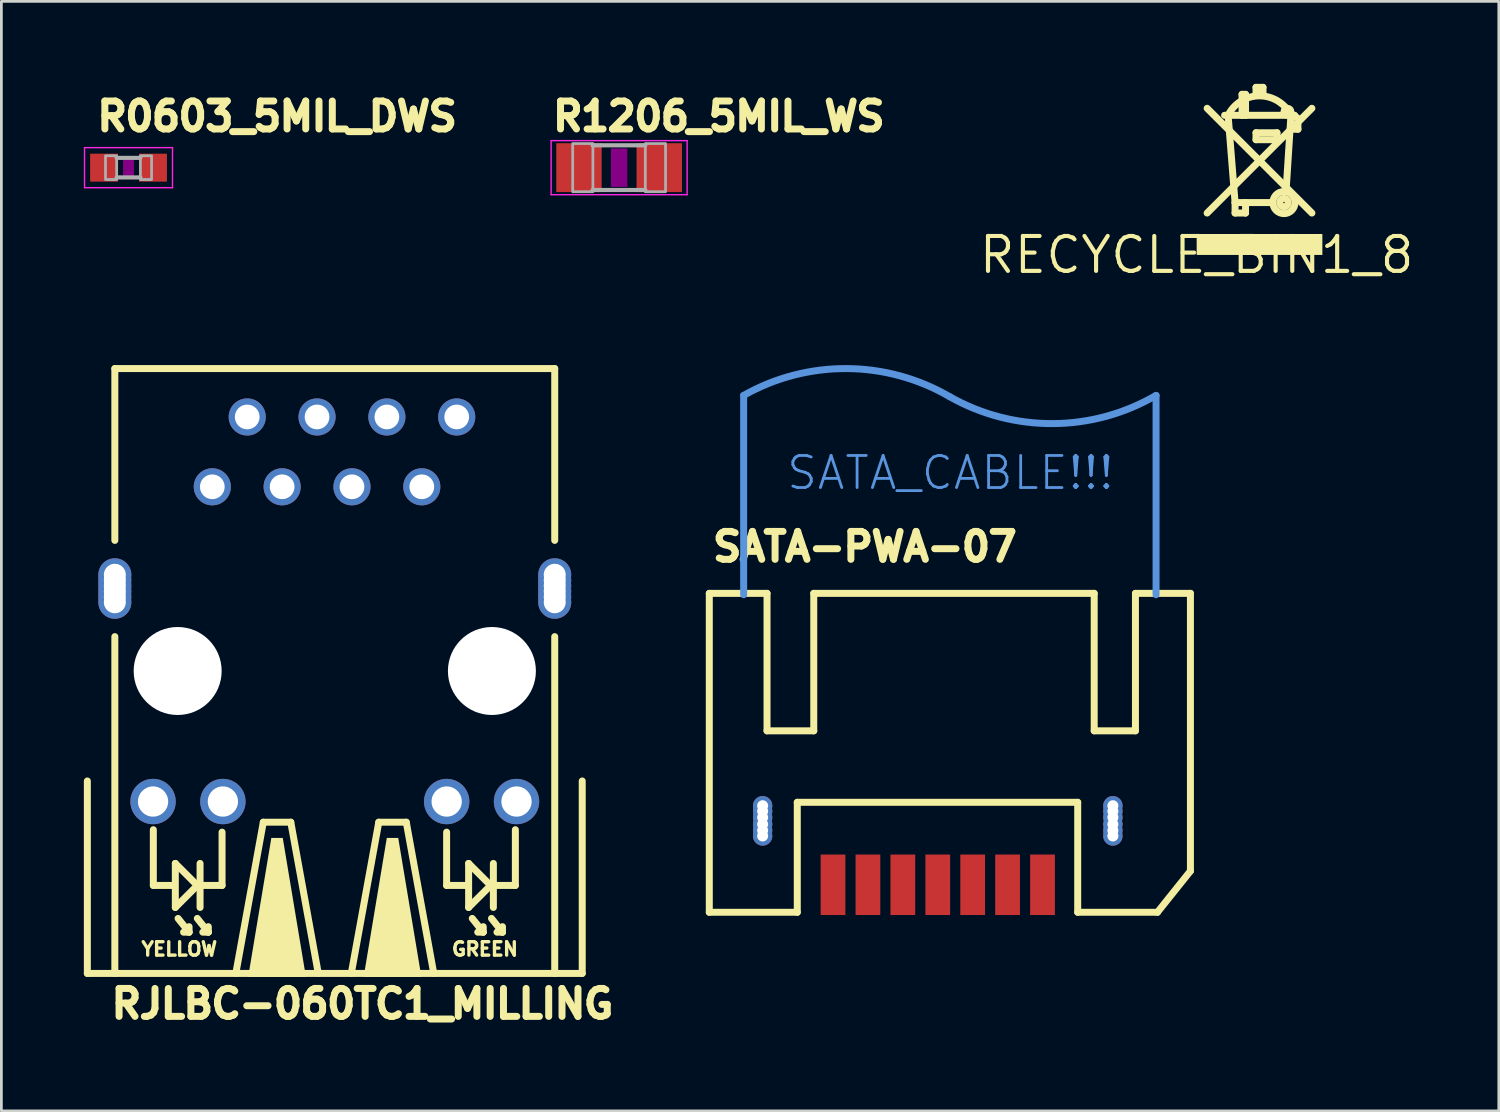
<source format=kicad_pcb>
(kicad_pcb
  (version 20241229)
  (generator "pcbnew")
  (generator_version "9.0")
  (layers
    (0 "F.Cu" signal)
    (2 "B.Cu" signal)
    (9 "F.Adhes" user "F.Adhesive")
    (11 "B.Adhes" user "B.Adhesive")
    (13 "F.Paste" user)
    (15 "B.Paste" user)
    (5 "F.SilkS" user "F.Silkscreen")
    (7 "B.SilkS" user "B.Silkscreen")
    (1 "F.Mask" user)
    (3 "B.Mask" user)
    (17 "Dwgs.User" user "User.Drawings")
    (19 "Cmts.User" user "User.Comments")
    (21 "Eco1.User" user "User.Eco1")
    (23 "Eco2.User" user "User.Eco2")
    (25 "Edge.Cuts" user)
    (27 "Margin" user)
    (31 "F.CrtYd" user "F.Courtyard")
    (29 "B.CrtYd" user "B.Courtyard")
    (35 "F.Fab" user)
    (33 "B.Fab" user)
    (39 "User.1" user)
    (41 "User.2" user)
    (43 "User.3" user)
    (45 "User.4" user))
  (footprint "R0603_5MIL_DWS"
    (layer "F.Cu")
    (at 1.625 3.048)
    (property "Reference" "R0603_5MIL_DWS" (at -1.27 -1.27 0) (layer "F.SilkS") (effects (font (size 1.016 1.016) (thickness 0.254)) (justify left bottom)))
    (fp_poly (pts (xy -0.2 0.4) (xy 0.2 0.4) (xy 0.2 -0.4) (xy -0.2 -0.4)) (stroke (width 0) (type solid)) (fill yes) (layer "F.Adhes"))
    (fp_line (start -1.6 -0.729) (end 1.6 -0.729) (stroke (width 0.051) (type solid)) (layer "F.CrtYd"))
    (fp_line (start -1.6 0.729) (end -1.6 -0.729) (stroke (width 0.051) (type solid)) (layer "F.CrtYd"))
    (fp_line (start 1.6 -0.729) (end 1.6 0.729) (stroke (width 0.051) (type solid)) (layer "F.CrtYd"))
    (fp_line (start 1.6 0.729) (end -1.6 0.729) (stroke (width 0.051) (type solid)) (layer "F.CrtYd"))
    (fp_line (start -0.432 0.356) (end 0.432 0.356) (stroke (width 0.152) (type solid)) (layer "F.Fab"))
    (fp_line (start 0.432 -0.356) (end -0.432 -0.356) (stroke (width 0.152) (type solid)) (layer "F.Fab"))
    (fp_poly (pts (xy -0.838 0.432) (xy -0.432 0.432) (xy -0.432 -0.432) (xy -0.838 -0.432)) (stroke (width 0.1) (type solid)) (fill no) (layer "F.Fab"))
    (fp_poly (pts (xy 0.432 0.432) (xy 0.838 0.432) (xy 0.838 -0.432) (xy 0.432 -0.432)) (stroke (width 0.1) (type solid)) (fill no) (layer "F.Fab"))
    (pad "1" smd rect (at -0.889 0) (size 1.016 1.016) (layers "F.Cu" "F.Mask" "F.Paste"))
    (pad "2" smd rect (at 0.889 0) (size 1.016 1.016) (layers "F.Cu" "F.Mask" "F.Paste")))
  (footprint "SATA-PWA-07"
    (layer "F.Cu")
    (at 31.499 24.332)
    (property "Reference" "SATA-PWA-07" (at -8.75 -6.9 0) (layer "F.SilkS") (effects (font (size 1.016 1.016) (thickness 0.254)) (justify left bottom)))
    (fp_line (start -8.75 -5.8) (end -8.75 5.8) (stroke (width 0.254) (type solid)) (layer "F.SilkS"))
    (fp_line (start -8.75 5.8) (end -5.55 5.8) (stroke (width 0.254) (type solid)) (layer "F.SilkS"))
    (fp_line (start -6.65 -5.8) (end -8.75 -5.8) (stroke (width 0.254) (type solid)) (layer "F.SilkS"))
    (fp_line (start -6.65 -0.8) (end -6.65 -5.8) (stroke (width 0.254) (type solid)) (layer "F.SilkS"))
    (fp_line (start -5.55 1.8) (end 4.65 1.8) (stroke (width 0.254) (type solid)) (layer "F.SilkS"))
    (fp_line (start -5.55 5.8) (end -5.55 1.8) (stroke (width 0.254) (type solid)) (layer "F.SilkS"))
    (fp_line (start -4.95 -5.8) (end -4.95 -0.8) (stroke (width 0.254) (type solid)) (layer "F.SilkS"))
    (fp_line (start -4.95 -0.8) (end -6.65 -0.8) (stroke (width 0.254) (type solid)) (layer "F.SilkS"))
    (fp_line (start 4.65 1.8) (end 4.65 5.8) (stroke (width 0.254) (type solid)) (layer "F.SilkS"))
    (fp_line (start 4.65 5.8) (end 7.55 5.8) (stroke (width 0.254) (type solid)) (layer "F.SilkS"))
    (fp_line (start 5.25 -5.8) (end -4.95 -5.8) (stroke (width 0.254) (type solid)) (layer "F.SilkS"))
    (fp_line (start 5.25 -0.8) (end 5.25 -5.8) (stroke (width 0.254) (type solid)) (layer "F.SilkS"))
    (fp_line (start 6.75 -5.8) (end 6.75 -0.8) (stroke (width 0.254) (type solid)) (layer "F.SilkS"))
    (fp_line (start 6.75 -0.8) (end 5.25 -0.8) (stroke (width 0.254) (type solid)) (layer "F.SilkS"))
    (fp_line (start 7.55 5.8) (end 8.75 4.3) (stroke (width 0.254) (type solid)) (layer "F.SilkS"))
    (fp_line (start 8.75 -5.8) (end 6.75 -5.8) (stroke (width 0.254) (type solid)) (layer "F.SilkS"))
    (fp_line (start 8.75 4.3) (end 8.75 -5.8) (stroke (width 0.254) (type solid)) (layer "F.SilkS"))
    (fp_line (start -7.5 -5.75) (end -7.5 -13) (stroke (width 0.254) (type solid)) (layer "Cmts.User"))
    (fp_line (start 7.5 -5.75) (end 7.5 -13) (stroke (width 0.254) (type solid)) (layer "Cmts.User"))
    (fp_arc (start -7.5 -13) (mid -3.743327 -13.975831) (end 0.000001 -12.950001) (stroke (width 0.254) (type solid)) (layer "Cmts.User"))
    (fp_arc (start 7.5 -13) (mid 3.756673 -11.974169) (end 0.000001 -12.95) (stroke (width 0.254) (type solid)) (layer "Cmts.User"))
    (fp_text user "SATA_CABLE!!!" (at -6 -9.5 0) (layer "Cmts.User") (effects (font (size 1.168 1.168) (thickness 0.102)) (justify left bottom)))
    (pad "1" smd rect (at -4.25 4.8 90) (size 2.2 0.9) (layers "F.Cu" "F.Mask" "F.Paste"))
    (pad "2" smd rect (at -2.98 4.8 90) (size 2.2 0.9) (layers "F.Cu" "F.Mask" "F.Paste"))
    (pad "3" smd rect (at -1.71 4.8 90) (size 2.2 0.9) (layers "F.Cu" "F.Mask" "F.Paste"))
    (pad "4" smd rect (at -0.44 4.8 90) (size 2.2 0.9) (layers "F.Cu" "F.Mask" "F.Paste"))
    (pad "5" smd rect (at 0.83 4.8 90) (size 2.2 0.9) (layers "F.Cu" "F.Mask" "F.Paste"))
    (pad "6" smd rect (at 2.1 4.8 90) (size 2.2 0.9) (layers "F.Cu" "F.Mask" "F.Paste"))
    (pad "7" smd rect (at 3.37 4.8 90) (size 2.2 0.9) (layers "F.Cu" "F.Mask" "F.Paste"))
    (pad "P$1" thru_hole circle (at -6.81 2.35 180) (size 0.705 0.705) (drill 0.4) (layers "*.Cu" "*.Mask"))
    (pad "P$2" thru_hole circle (at -6.81 2.125 180) (size 0.705 0.705) (drill 0.4) (layers "*.Cu" "*.Mask"))
    (pad "P$3" thru_hole circle (at -6.81 2.6 180) (size 0.705 0.705) (drill 0.4) (layers "*.Cu" "*.Mask"))
    (pad "P$4" thru_hole circle (at -6.81 1.925 180) (size 0.705 0.705) (drill 0.4) (layers "*.Cu" "*.Mask"))
    (pad "P$5" thru_hole circle (at -6.81 3.025 180) (size 0.705 0.705) (drill 0.4) (layers "*.Cu" "*.Mask"))
    (pad "P$11" thru_hole circle (at 5.93 2.35 180) (size 0.705 0.705) (drill 0.4) (layers "*.Cu" "*.Mask"))
    (pad "P$20" thru_hole circle (at 5.93 2.125 180) (size 0.705 0.705) (drill 0.4) (layers "*.Cu" "*.Mask"))
    (pad "P$23" thru_hole circle (at 5.93 2.6 180) (size 0.705 0.705) (drill 0.4) (layers "*.Cu" "*.Mask"))
    (pad "P$24" thru_hole circle (at 5.93 1.925 180) (size 0.705 0.705) (drill 0.4) (layers "*.Cu" "*.Mask"))
    (pad "P$26" thru_hole circle (at 5.93 3.025 180) (size 0.705 0.705) (drill 0.4) (layers "*.Cu" "*.Mask"))
    (pad "SH1" thru_hole circle (at -6.81 2.825 180) (size 0.705 0.705) (drill 0.4) (layers "*.Cu" "*.Mask"))
    (pad "SH4" thru_hole circle (at 5.93 2.825 180) (size 0.705 0.705) (drill 0.4) (layers "*.Cu" "*.Mask")))
  (footprint "R1206_5MIL_WS"
    (layer "F.Cu")
    (at 19.469 3.048)
    (property "Reference" "R1206_5MIL_WS" (at -2.54 -1.27 0) (layer "F.SilkS") (effects (font (size 1.016 1.016) (thickness 0.254)) (justify left bottom)))
    (fp_poly (pts (xy -0.3 0.7) (xy 0.3 0.7) (xy 0.3 -0.7) (xy -0.3 -0.7)) (stroke (width 0) (type solid)) (fill yes) (layer "F.Adhes"))
    (fp_line (start -2.473 -0.983) (end 2.473 -0.983) (stroke (width 0.051) (type solid)) (layer "F.CrtYd"))
    (fp_line (start -2.473 0.983) (end -2.473 -0.983) (stroke (width 0.051) (type solid)) (layer "F.CrtYd"))
    (fp_line (start 2.473 -0.983) (end 2.473 0.983) (stroke (width 0.051) (type solid)) (layer "F.CrtYd"))
    (fp_line (start 2.473 0.983) (end -2.473 0.983) (stroke (width 0.051) (type solid)) (layer "F.CrtYd"))
    (fp_line (start 0.953 -0.813) (end -0.965 -0.813) (stroke (width 0.152) (type solid)) (layer "F.Fab"))
    (fp_line (start 0.953 0.813) (end -0.965 0.813) (stroke (width 0.152) (type solid)) (layer "F.Fab"))
    (fp_poly (pts (xy -1.689 0.876) (xy -0.953 0.876) (xy -0.953 -0.876) (xy -1.689 -0.876)) (stroke (width 0.1) (type solid)) (fill no) (layer "F.Fab"))
    (fp_poly (pts (xy 0.953 0.876) (xy 1.689 0.876) (xy 1.689 -0.876) (xy 0.953 -0.876)) (stroke (width 0.1) (type solid)) (fill no) (layer "F.Fab"))
    (pad "1" smd rect (at -1.46 0) (size 1.651 1.778) (layers "F.Cu" "F.Mask" "F.Paste"))
    (pad "2" smd rect (at 1.46 0) (size 1.651 1.778) (layers "F.Cu" "F.Mask" "F.Paste")))
  (footprint "RJLBC-060TC1_MILLING"
    (layer "F.Cu")
    (at 9.127 21.356)
    (property "Reference" "RJLBC-060TC1_MILLING" (at -8.255 12.7 0) (layer "F.SilkS") (effects (font (size 1.016 1.016) (thickness 0.254)) (justify left bottom)))
    (fp_line (start -9 11) (end -9 4) (stroke (width 0.254) (type solid)) (layer "F.SilkS"))
    (fp_line (start -8 -11) (end 8 -11) (stroke (width 0.254) (type solid)) (layer "F.SilkS"))
    (fp_line (start -8 -4.75) (end -8 -11) (stroke (width 0.254) (type solid)) (layer "F.SilkS"))
    (fp_line (start -8 11) (end -9 11) (stroke (width 0.254) (type solid)) (layer "F.SilkS"))
    (fp_line (start -8 11) (end -8 -1.25) (stroke (width 0.254) (type solid)) (layer "F.SilkS"))
    (fp_line (start -6.6 5.773) (end -6.6 7.8) (stroke (width 0.254) (type solid)) (layer "F.SilkS"))
    (fp_line (start -6.6 7.8) (end -5.9 7.8) (stroke (width 0.254) (type solid)) (layer "F.SilkS"))
    (fp_line (start -5.8 7) (end -5.8 8.6) (stroke (width 0.254) (type solid)) (layer "F.SilkS"))
    (fp_line (start -5.8 7) (end -5 7.8) (stroke (width 0.254) (type solid)) (layer "F.SilkS"))
    (fp_line (start -5.7 9) (end -5.3 9.5) (stroke (width 0.254) (type solid)) (layer "F.SilkS"))
    (fp_line (start -5.3 9.5) (end -5.5 9.5) (stroke (width 0.254) (type solid)) (layer "F.SilkS"))
    (fp_line (start -5.3 9.5) (end -5.3 9.3) (stroke (width 0.254) (type solid)) (layer "F.SilkS"))
    (fp_line (start -5 7.8) (end -5.8 8.6) (stroke (width 0.254) (type solid)) (layer "F.SilkS"))
    (fp_line (start -5 9) (end -4.6 9.5) (stroke (width 0.254) (type solid)) (layer "F.SilkS"))
    (fp_line (start -4.9 7) (end -4.9 8.6) (stroke (width 0.254) (type solid)) (layer "F.SilkS"))
    (fp_line (start -4.8 7.8) (end -4.1 7.8) (stroke (width 0.254) (type solid)) (layer "F.SilkS"))
    (fp_line (start -4.6 9.5) (end -4.8 9.5) (stroke (width 0.254) (type solid)) (layer "F.SilkS"))
    (fp_line (start -4.6 9.5) (end -4.6 9.3) (stroke (width 0.254) (type solid)) (layer "F.SilkS"))
    (fp_line (start -4.1 7.8) (end -4.1 5.862) (stroke (width 0.254) (type solid)) (layer "F.SilkS"))
    (fp_line (start -3.6 11) (end -2.6 5.5) (stroke (width 0.254) (type solid)) (layer "F.SilkS"))
    (fp_line (start -2.6 5.5) (end -1.6 5.5) (stroke (width 0.254) (type solid)) (layer "F.SilkS"))
    (fp_line (start -1.6 5.5) (end -0.6 11) (stroke (width 0.254) (type solid)) (layer "F.SilkS"))
    (fp_line (start 0.6 11) (end 1.6 5.5) (stroke (width 0.254) (type solid)) (layer "F.SilkS"))
    (fp_line (start 1.6 5.5) (end 2.6 5.5) (stroke (width 0.254) (type solid)) (layer "F.SilkS"))
    (fp_line (start 2.6 5.5) (end 3.6 11) (stroke (width 0.254) (type solid)) (layer "F.SilkS"))
    (fp_line (start 4.068 7.8) (end 4.068 5.862) (stroke (width 0.254) (type solid)) (layer "F.SilkS"))
    (fp_line (start 4.768 7.8) (end 4.068 7.8) (stroke (width 0.254) (type solid)) (layer "F.SilkS"))
    (fp_line (start 4.868 8.6) (end 4.868 7) (stroke (width 0.254) (type solid)) (layer "F.SilkS"))
    (fp_line (start 4.868 8.6) (end 5.668 7.8) (stroke (width 0.254) (type solid)) (layer "F.SilkS"))
    (fp_line (start 5 9) (end 5.4 9.5) (stroke (width 0.254) (type solid)) (layer "F.SilkS"))
    (fp_line (start 5.4 9.5) (end 5.2 9.5) (stroke (width 0.254) (type solid)) (layer "F.SilkS"))
    (fp_line (start 5.4 9.5) (end 5.4 9.3) (stroke (width 0.254) (type solid)) (layer "F.SilkS"))
    (fp_line (start 5.668 7.8) (end 4.868 7) (stroke (width 0.254) (type solid)) (layer "F.SilkS"))
    (fp_line (start 5.7 9) (end 6.1 9.5) (stroke (width 0.254) (type solid)) (layer "F.SilkS"))
    (fp_line (start 5.768 8.6) (end 5.768 7) (stroke (width 0.254) (type solid)) (layer "F.SilkS"))
    (fp_line (start 6.1 9.5) (end 5.9 9.5) (stroke (width 0.254) (type solid)) (layer "F.SilkS"))
    (fp_line (start 6.1 9.5) (end 6.1 9.3) (stroke (width 0.254) (type solid)) (layer "F.SilkS"))
    (fp_line (start 6.568 5.773) (end 6.568 7.8) (stroke (width 0.254) (type solid)) (layer "F.SilkS"))
    (fp_line (start 6.568 7.8) (end 5.868 7.8) (stroke (width 0.254) (type solid)) (layer "F.SilkS"))
    (fp_line (start 8 -11) (end 8 -4.75) (stroke (width 0.254) (type solid)) (layer "F.SilkS"))
    (fp_line (start 8 -1.25) (end 8 11) (stroke (width 0.254) (type solid)) (layer "F.SilkS"))
    (fp_line (start 8 11) (end -8 11) (stroke (width 0.254) (type solid)) (layer "F.SilkS"))
    (fp_line (start 8 11) (end 9 11) (stroke (width 0.254) (type solid)) (layer "F.SilkS"))
    (fp_line (start 9 11) (end 9 4) (stroke (width 0.254) (type solid)) (layer "F.SilkS"))
    (fp_poly (pts (xy -1.05 11.127) (xy -3.15 11.127) (xy -2.308 6.073) (xy -1.892 6.073)) (stroke (width 0) (type solid)) (fill yes) (layer "F.SilkS"))
    (fp_poly (pts (xy 3.15 11.127) (xy 1.05 11.127) (xy 1.892 6.073) (xy 2.308 6.073)) (stroke (width 0) (type solid)) (fill yes) (layer "F.SilkS"))
    (fp_text user "GREEN" (at 4.195 10.4 0) (layer "F.SilkS") (effects (font (size 0.488 0.488) (thickness 0.122)) (justify left bottom)))
    (fp_text user "YELLOW" (at -7.095 10.4 0) (layer "F.SilkS") (effects (font (size 0.488 0.488) (thickness 0.122)) (justify left bottom)))
    (pad "" np_thru_hole circle (at -5.715 0) (size 3.2 3.2) (drill 3.2) (layers "*.Cu" "*.Mask"))
    (pad "" np_thru_hole circle (at 5.715 0) (size 3.2 3.2) (drill 3.2) (layers "*.Cu" "*.Mask"))
    (pad "1" thru_hole circle (at -4.455 -6.7) (size 1.35 1.35) (drill 0.9) (layers "*.Cu" "*.Mask"))
    (pad "2" thru_hole circle (at -3.185 -9.24) (size 1.35 1.35) (drill 0.9) (layers "*.Cu" "*.Mask"))
    (pad "3" thru_hole circle (at -1.915 -6.7) (size 1.35 1.35) (drill 0.9) (layers "*.Cu" "*.Mask"))
    (pad "4" thru_hole circle (at -0.645 -9.24) (size 1.35 1.35) (drill 0.9) (layers "*.Cu" "*.Mask"))
    (pad "5" thru_hole circle (at 0.625 -6.7) (size 1.35 1.35) (drill 0.9) (layers "*.Cu" "*.Mask"))
    (pad "6" thru_hole circle (at 1.895 -9.24) (size 1.35 1.35) (drill 0.9) (layers "*.Cu" "*.Mask"))
    (pad "7" thru_hole circle (at 3.165 -6.7) (size 1.35 1.35) (drill 0.9) (layers "*.Cu" "*.Mask"))
    (pad "8" thru_hole circle (at 4.435 -9.24) (size 1.35 1.35) (drill 0.9) (layers "*.Cu" "*.Mask"))
    (pad "AG" thru_hole circle (at 4.07 4.748) (size 1.65 1.65) (drill 1.1) (layers "*.Cu" "*.Mask"))
    (pad "AY" thru_hole circle (at -6.61 4.748) (size 1.65 1.65) (drill 1.1) (layers "*.Cu" "*.Mask"))
    (pad "GND1" thru_hole circle (at -8 -3.1) (size 1.2 1.2) (drill 0.8) (layers "*.Cu" "*.Mask"))
    (pad "GND2" thru_hole circle (at 8 -3.1) (size 1.2 1.2) (drill 0.8) (layers "*.Cu" "*.Mask"))
    (pad "KG" thru_hole circle (at 6.61 4.748) (size 1.65 1.65) (drill 1.1) (layers "*.Cu" "*.Mask"))
    (pad "KY" thru_hole circle (at -4.07 4.748) (size 1.65 1.65) (drill 1.1) (layers "*.Cu" "*.Mask"))
    (pad "_1" thru_hole circle (at -8 -2.5) (size 1.2 1.2) (drill 0.8) (layers "*.Cu" "*.Mask"))
    (pad "_2" thru_hole circle (at -8 -2.7) (size 1.2 1.2) (drill 0.8) (layers "*.Cu" "*.Mask"))
    (pad "_3" thru_hole circle (at -8 -2.9) (size 1.2 1.2) (drill 0.8) (layers "*.Cu" "*.Mask"))
    (pad "_4" thru_hole circle (at -8 -3.3) (size 1.2 1.2) (drill 0.8) (layers "*.Cu" "*.Mask"))
    (pad "_5" thru_hole circle (at -8 -3.5) (size 1.2 1.2) (drill 0.8) (layers "*.Cu" "*.Mask"))
    (pad "_6" thru_hole circle (at 8 -3.5) (size 1.2 1.2) (drill 0.8) (layers "*.Cu" "*.Mask"))
    (pad "_7" thru_hole circle (at 8 -3.3) (size 1.2 1.2) (drill 0.8) (layers "*.Cu" "*.Mask"))
    (pad "_8" thru_hole circle (at 8 -2.9) (size 1.2 1.2) (drill 0.8) (layers "*.Cu" "*.Mask"))
    (pad "_9" thru_hole circle (at 8 -2.7) (size 1.2 1.2) (drill 0.8) (layers "*.Cu" "*.Mask"))
    (pad "_10" thru_hole circle (at 8 -2.5) (size 1.2 1.2) (drill 0.8) (layers "*.Cu" "*.Mask")))
  (footprint "RECYCLE_BIN1_8"
    (layer "F.Cu")
    (at 40.476 6.223)
    (property "Reference" "RECYCLE_BIN1_8" (at 0 0 0) (layer "F.SilkS") (effects (font (size 1.27 1.27) (thickness 0.15))))
    (fp_line (start 0.381 -5.334) (end 4.191 -1.524) (stroke (width 0.254) (type solid)) (layer "F.SilkS"))
    (fp_line (start 1.143 -5.08) (end 1.016 -5.08) (stroke (width 0.254) (type solid)) (layer "F.SilkS"))
    (fp_line (start 1.143 -5.08) (end 1.651 -5.08) (stroke (width 0.254) (type solid)) (layer "F.SilkS"))
    (fp_line (start 1.397 -1.905) (end 1.143 -5.08) (stroke (width 0.254) (type solid)) (layer "F.SilkS"))
    (fp_line (start 1.397 -1.905) (end 1.397 -1.524) (stroke (width 0.254) (type solid)) (layer "F.SilkS"))
    (fp_line (start 1.397 -1.524) (end 1.778 -1.524) (stroke (width 0.254) (type solid)) (layer "F.SilkS"))
    (fp_line (start 1.651 -5.842) (end 1.651 -5.08) (stroke (width 0.254) (type solid)) (layer "F.SilkS"))
    (fp_line (start 1.651 -5.842) (end 1.778 -5.842) (stroke (width 0.254) (type solid)) (layer "F.SilkS"))
    (fp_line (start 1.651 -5.08) (end 1.778 -5.08) (stroke (width 0.254) (type solid)) (layer "F.SilkS"))
    (fp_line (start 1.778 -5.842) (end 1.778 -5.08) (stroke (width 0.254) (type solid)) (layer "F.SilkS"))
    (fp_line (start 1.778 -5.08) (end 3.429 -5.08) (stroke (width 0.254) (type solid)) (layer "F.SilkS"))
    (fp_line (start 1.778 -1.905) (end 1.397 -1.905) (stroke (width 0.254) (type solid)) (layer "F.SilkS"))
    (fp_line (start 1.778 -1.524) (end 1.778 -1.905) (stroke (width 0.254) (type solid)) (layer "F.SilkS"))
    (fp_line (start 2.159 -6.096) (end 2.159 -5.842) (stroke (width 0.254) (type solid)) (layer "F.SilkS"))
    (fp_line (start 2.159 -5.842) (end 2.413 -5.842) (stroke (width 0.254) (type solid)) (layer "F.SilkS"))
    (fp_line (start 2.159 -4.445) (end 2.159 -4.191) (stroke (width 0.254) (type solid)) (layer "F.SilkS"))
    (fp_line (start 2.159 -4.191) (end 2.921 -4.191) (stroke (width 0.254) (type solid)) (layer "F.SilkS"))
    (fp_line (start 2.413 -6.096) (end 2.159 -6.096) (stroke (width 0.254) (type solid)) (layer "F.SilkS"))
    (fp_line (start 2.413 -5.842) (end 2.413 -6.096) (stroke (width 0.254) (type solid)) (layer "F.SilkS"))
    (fp_line (start 2.769 -1.905) (end 1.778 -1.905) (stroke (width 0.254) (type solid)) (layer "F.SilkS"))
    (fp_line (start 2.921 -4.445) (end 2.159 -4.445) (stroke (width 0.254) (type solid)) (layer "F.SilkS"))
    (fp_line (start 2.921 -4.191) (end 2.921 -4.445) (stroke (width 0.254) (type solid)) (layer "F.SilkS"))
    (fp_line (start 3.429 -5.08) (end 3.251 -2.311) (stroke (width 0.254) (type solid)) (layer "F.SilkS"))
    (fp_line (start 3.429 -5.08) (end 3.556 -5.08) (stroke (width 0.254) (type solid)) (layer "F.SilkS"))
    (fp_line (start 3.429 -4.572) (end 0.381 -1.524) (stroke (width 0.254) (type solid)) (layer "F.SilkS"))
    (fp_line (start 3.556 -5.08) (end 3.683 -4.953) (stroke (width 0.254) (type solid)) (layer "F.SilkS"))
    (fp_line (start 3.683 -4.953) (end 3.683 -4.572) (stroke (width 0.254) (type solid)) (layer "F.SilkS"))
    (fp_line (start 3.683 -4.572) (end 3.429 -4.572) (stroke (width 0.254) (type solid)) (layer "F.SilkS"))
    (fp_line (start 4.191 -5.334) (end 3.429 -4.572) (stroke (width 0.254) (type solid)) (layer "F.SilkS"))
    (fp_arc (start 1.143 -5.08) (mid 2.286 -5.786413) (end 3.429 -5.08) (stroke (width 0.254) (type solid)) (layer "F.SilkS"))
    (fp_circle (center 3.175 -1.905) (end 3.2 -1.905) (stroke (width 0.254) (type solid)) (fill no) (layer "F.SilkS"))
    (fp_circle (center 3.175 -1.905) (end 3.577 -1.905) (stroke (width 0.254) (type solid)) (fill no) (layer "F.SilkS"))
    (fp_circle (center 3.302 -5.207) (end 3.429 -5.207) (stroke (width 0.254) (type solid)) (fill no) (layer "F.SilkS"))
    (fp_poly (pts (xy 0 0) (xy 4.572 0) (xy 4.572 -0.762) (xy 0 -0.762)) (stroke (width 0) (type solid)) (fill yes) (layer "F.SilkS")))
  (gr_rect
    (start -3 -3)
    (end 51.466 37.358)
    (stroke (width 0.1) (type default))
    (fill no)
    (layer "Edge.Cuts")))
</source>
